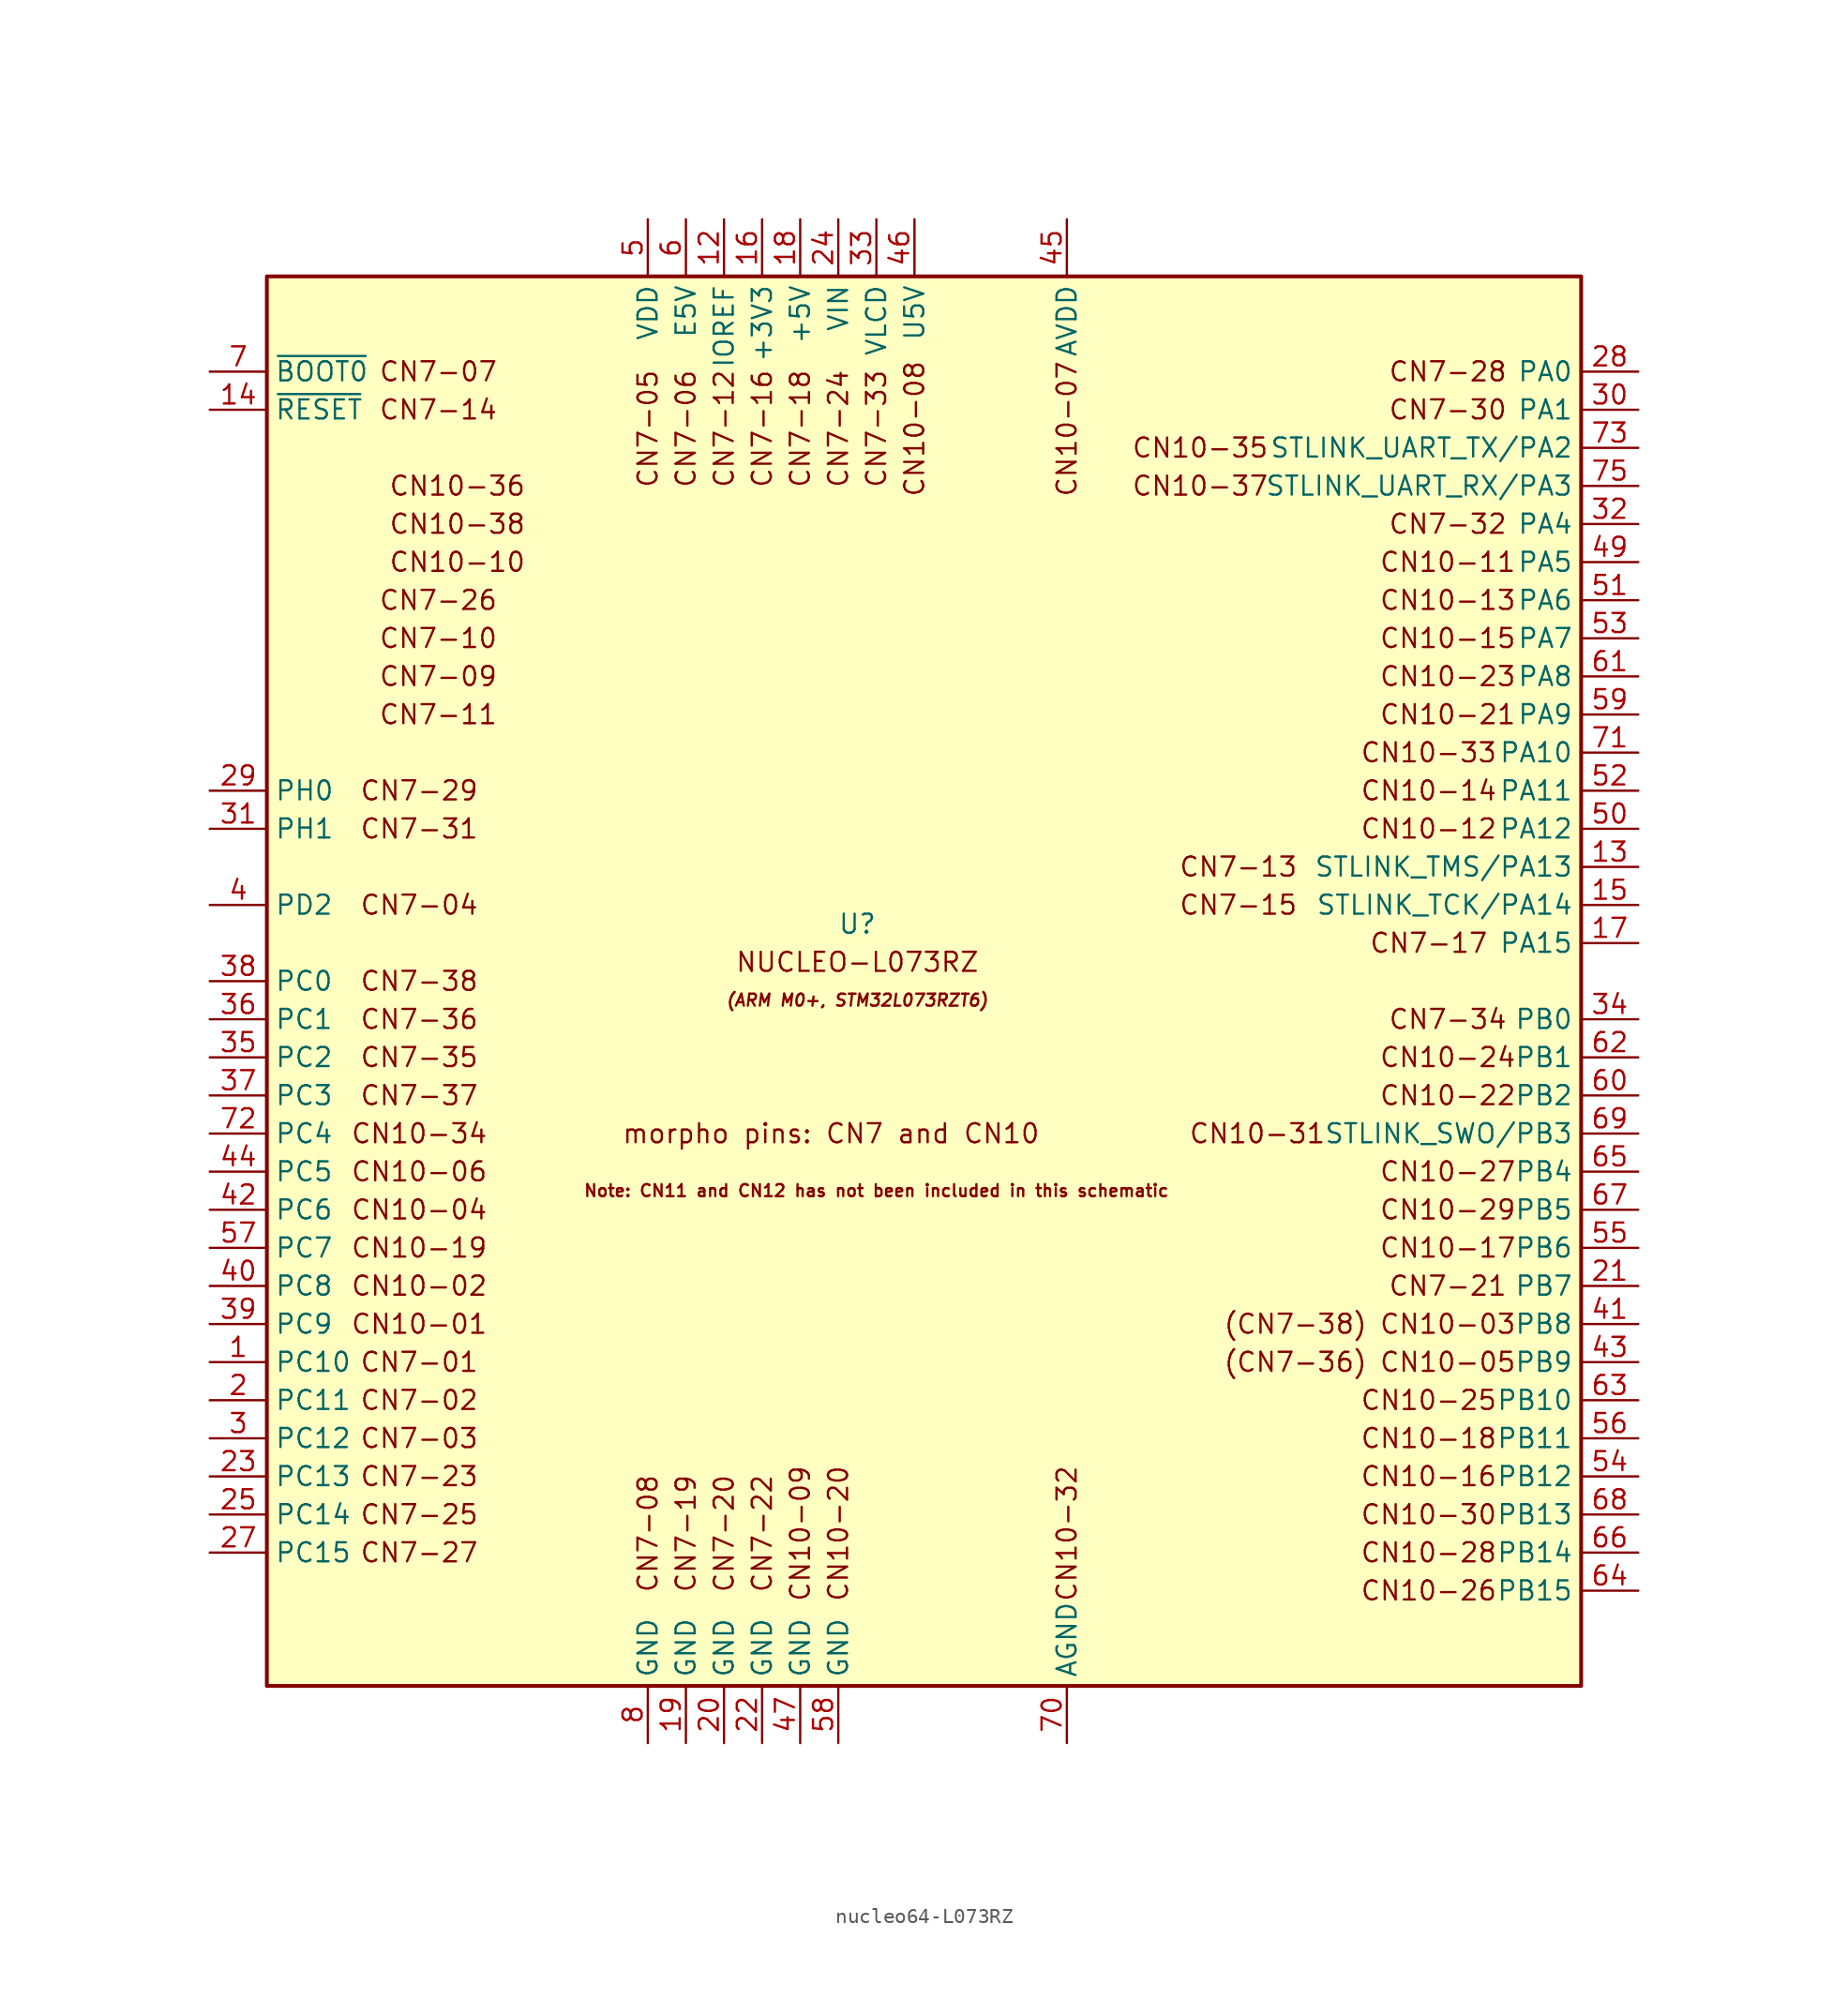
<source format=kicad_sym>
(kicad_symbol_lib
  (version 20220914)
  (generator kicad_symbol_editor)
  (symbol "nucleo64-L073RZ"
    (property "Reference" "U"
      (at 0 0 0)
      (effects (font (size 1.27 1.27))))
    (property "Value" ""
      (at 0 0 0)
      (effects (font (size 1.27 1.27))))
    (symbol "nucleo64-L073RZ_0_1"
      (rectangle (start -39.37 43.18) (end 48.26 -50.8) (stroke (width 0.254) (type default)) (fill (type background))))
    (symbol "nucleo64-L073RZ_1_1"
      (text "(ARM M0+, STM32L073RZT6)" (at 0 -5.08 0) (effects (font (size 0.8 0.8) italic)))
      (text "(CN7-36)" (at 29.21 -29.21 0) (effects (font (size 1.27 1.27))))
      (text private "CN7-29" (at -29.21 8.89 0) (effects (font (size 1.27 1.27))))
      (text "(CN7-38)" (at 29.21 -26.67 0) (effects (font (size 1.27 1.27))))
      (text "CN10-01" (at -29.21 -26.67 0) (effects (font (size 1.27 1.27))))
      (text "CN10-02" (at -29.21 -24.13 0) (effects (font (size 1.27 1.27))))
      (text "CN10-03" (at 39.37 -26.67 0) (effects (font (size 1.27 1.27))))
      (text "CN10-04" (at -29.21 -19.05 0) (effects (font (size 1.27 1.27))))
      (text "CN10-05" (at 39.37 -29.21 0) (effects (font (size 1.27 1.27))))
      (text "CN10-06" (at -29.21 -16.51 0) (effects (font (size 1.27 1.27))))
      (text "CN10-07" (at 13.97 33.02 900) (effects (font (size 1.27 1.27))))
      (text "CN10-08" (at 3.81 33.02 900) (effects (font (size 1.27 1.27))))
      (text "CN10-09" (at -3.81 -40.64 900) (effects (font (size 1.27 1.27))))
      (text "CN10-10" (at -26.67 24.13 0) (effects (font (size 1.27 1.27))))
      (text "CN10-11" (at 39.37 24.13 0) (effects (font (size 1.27 1.27))))
      (text "CN10-12" (at 38.1 6.35 0) (effects (font (size 1.27 1.27))))
      (text "CN10-13" (at 39.37 21.59 0) (effects (font (size 1.27 1.27))))
      (text "CN10-14" (at 38.1 8.89 0) (effects (font (size 1.27 1.27))))
      (text "CN10-15" (at 39.37 19.05 0) (effects (font (size 1.27 1.27))))
      (text "CN10-16" (at 38.1 -36.83 0) (effects (font (size 1.27 1.27))))
      (text "CN10-17" (at 39.37 -21.59 0) (effects (font (size 1.27 1.27))))
      (text "CN10-18" (at 38.1 -34.29 0) (effects (font (size 1.27 1.27))))
      (text "CN10-19" (at -29.21 -21.59 0) (effects (font (size 1.27 1.27))))
      (text "CN10-20" (at -1.27 -40.64 900) (effects (font (size 1.27 1.27))))
      (text "CN10-21" (at 39.37 13.97 0) (effects (font (size 1.27 1.27))))
      (text "CN10-22" (at 39.37 -11.43 0) (effects (font (size 1.27 1.27))))
      (text "CN10-23" (at 39.37 16.51 0) (effects (font (size 1.27 1.27))))
      (text "CN10-24" (at 39.37 -8.89 0) (effects (font (size 1.27 1.27))))
      (text "CN10-25" (at 38.1 -31.75 0) (effects (font (size 1.27 1.27))))
      (text "CN10-26" (at 38.1 -44.45 0) (effects (font (size 1.27 1.27))))
      (text "CN10-27" (at 39.37 -16.51 0) (effects (font (size 1.27 1.27))))
      (text "CN10-28" (at 38.1 -41.91 0) (effects (font (size 1.27 1.27))))
      (text "CN10-29" (at 39.37 -19.05 0) (effects (font (size 1.27 1.27))))
      (text "CN10-30" (at 38.1 -39.37 0) (effects (font (size 1.27 1.27))))
      (text "CN10-31" (at 26.67 -13.97 0) (effects (font (size 1.27 1.27))))
      (text "CN10-32" (at 13.97 -40.64 900) (effects (font (size 1.27 1.27))))
      (text "CN10-33" (at 38.1 11.43 0) (effects (font (size 1.27 1.27))))
      (text "CN10-34" (at -29.21 -13.97 0) (effects (font (size 1.27 1.27))))
      (text "CN10-35" (at 22.86 31.75 0) (effects (font (size 1.27 1.27))))
      (text "CN10-36" (at -26.67 29.21 0) (effects (font (size 1.27 1.27))))
      (text "CN10-37" (at 22.86 29.21 0) (effects (font (size 1.27 1.27))))
      (text "CN10-38" (at -26.67 26.67 0) (effects (font (size 1.27 1.27))))
      (text "CN7-01" (at -29.21 -29.21 0) (effects (font (size 1.27 1.27))))
      (text "CN7-02" (at -29.21 -31.75 0) (effects (font (size 1.27 1.27))))
      (text "CN7-03" (at -29.21 -34.29 0) (effects (font (size 1.27 1.27))))
      (text "CN7-04" (at -29.21 1.27 0) (effects (font (size 1.27 1.27))))
      (text "CN7-05" (at -13.97 33.02 900) (effects (font (size 1.27 1.27))))
      (text "CN7-06" (at -11.43 33.02 900) (effects (font (size 1.27 1.27))))
      (text "CN7-07" (at -27.94 36.83 0) (effects (font (size 1.27 1.27))))
      (text "CN7-08" (at -13.97 -40.64 900) (effects (font (size 1.27 1.27))))
      (text "CN7-09" (at -27.94 16.51 0) (effects (font (size 1.27 1.27))))
      (text "CN7-10" (at -27.94 19.05 0) (effects (font (size 1.27 1.27))))
      (text "CN7-11" (at -27.94 13.97 0) (effects (font (size 1.27 1.27))))
      (text "CN7-12" (at -8.89 33.02 900) (effects (font (size 1.27 1.27))))
      (text "CN7-13" (at 25.4 3.81 0) (effects (font (size 1.27 1.27))))
      (text "CN7-14" (at -27.94 34.29 0) (effects (font (size 1.27 1.27))))
      (text "CN7-15" (at 25.4 1.27 0) (effects (font (size 1.27 1.27))))
      (text "CN7-16" (at -6.35 33.02 900) (effects (font (size 1.27 1.27))))
      (text "CN7-17" (at 38.1 -1.27 0) (effects (font (size 1.27 1.27))))
      (text "CN7-18" (at -3.81 33.02 900) (effects (font (size 1.27 1.27))))
      (text "CN7-19" (at -11.43 -40.64 900) (effects (font (size 1.27 1.27))))
      (text "CN7-20" (at -8.89 -40.64 900) (effects (font (size 1.27 1.27))))
      (text "CN7-21" (at 39.37 -24.13 0) (effects (font (size 1.27 1.27))))
      (text "CN7-22" (at -6.35 -40.64 900) (effects (font (size 1.27 1.27))))
      (text "CN7-23" (at -29.21 -36.83 0) (effects (font (size 1.27 1.27))))
      (text "CN7-24" (at -1.27 33.02 900) (effects (font (size 1.27 1.27))))
      (text "CN7-25" (at -29.21 -39.37 0) (effects (font (size 1.27 1.27))))
      (text "CN7-26" (at -27.94 21.59 0) (effects (font (size 1.27 1.27))))
      (text "CN7-27" (at -29.21 -41.91 0) (effects (font (size 1.27 1.27))))
      (text "CN7-28" (at 39.37 36.83 0) (effects (font (size 1.27 1.27))))
      (text "CN7-29" (at -29.21 8.89 0) (effects (font (size 1.27 1.27))))
      (text "CN7-30" (at 39.37 34.29 0) (effects (font (size 1.27 1.27))))
      (text "CN7-31" (at -29.21 6.35 0) (effects (font (size 1.27 1.27))))
      (text "CN7-32" (at 39.37 26.67 0) (effects (font (size 1.27 1.27))))
      (text "CN7-33" (at 1.27 33.02 900) (effects (font (size 1.27 1.27))))
      (text "CN7-34" (at 39.37 -6.35 0) (effects (font (size 1.27 1.27))))
      (text "CN7-35" (at -29.21 -8.89 0) (effects (font (size 1.27 1.27))))
      (text "CN7-36" (at -29.21 -6.35 0) (effects (font (size 1.27 1.27))))
      (text "CN7-37" (at -29.21 -11.43 0) (effects (font (size 1.27 1.27))))
      (text "CN7-38" (at -29.21 -3.81 0) (effects (font (size 1.27 1.27))))
      (text "morpho pins: CN7 and CN10 " (at -1.27 -13.97 0) (effects (font (size 1.27 1.27))))
      (text "Note: CN11 and CN12 has not been included in this schematic" (at 1.27 -17.78 0) (effects (font (size 0.8 0.8))))
      (text "NUCLEO-L073RZ" (at 0 -2.54 0) (effects (font (size 1.27 1.27))))
      (pin bidirectional line (at -43.18 -29.21 0) (length 3.81) (name "PC10" (effects (font (size 1.27 1.27)))) (number "1" (effects (font (size 1.27 1.27)))))
      (pin no_connect line (at -39.37 19.05 0) (length 3.81) hide (name "NC" (effects (font (size 1.27 1.27)))) (number "10" (effects (font (size 1.27 1.27)))))
      (pin no_connect line (at -39.37 13.97 0) (length 3.81) hide (name "NC" (effects (font (size 1.27 1.27)))) (number "11" (effects (font (size 1.27 1.27)))))
      (pin power_in line (at -8.89 46.99 270) (length 3.81) (name "IOREF" (effects (font (size 1.27 1.27)))) (number "12" (effects (font (size 1.27 1.27)))))
      (pin bidirectional line (at 52.07 3.81 180) (length 3.81) (name "STLINK_TMS/PA13" (effects (font (size 1.27 1.27)))) (number "13" (effects (font (size 1.27 1.27)))))
      (pin input line (at -43.18 34.29 0) (length 3.81) (name "~{RESET}" (effects (font (size 1.27 1.27)))) (number "14" (effects (font (size 1.27 1.27)))))
      (pin bidirectional line (at 52.07 1.27 180) (length 3.81) (name "STLINK_TCK/PA14" (effects (font (size 1.27 1.27)))) (number "15" (effects (font (size 1.27 1.27)))))
      (pin power_in line (at -6.35 46.99 270) (length 3.81) (name "+3V3" (effects (font (size 1.27 1.27)))) (number "16" (effects (font (size 1.27 1.27)))))
      (pin bidirectional line (at 52.07 -1.27 180) (length 3.81) (name "PA15" (effects (font (size 1.27 1.27)))) (number "17" (effects (font (size 1.27 1.27)))))
      (pin power_in line (at -3.81 46.99 270) (length 3.81) (name "+5V" (effects (font (size 1.27 1.27)))) (number "18" (effects (font (size 1.27 1.27)))))
      (pin power_in line (at -11.43 -54.61 90) (length 3.81) (name "GND" (effects (font (size 1.27 1.27)))) (number "19" (effects (font (size 1.27 1.27)))))
      (pin bidirectional line (at -43.18 -31.75 0) (length 3.81) (name "PC11" (effects (font (size 1.27 1.27)))) (number "2" (effects (font (size 1.27 1.27)))))
      (pin power_in line (at -8.89 -54.61 90) (length 3.81) (name "GND" (effects (font (size 1.27 1.27)))) (number "20" (effects (font (size 1.27 1.27)))))
      (pin bidirectional line (at 52.07 -24.13 180) (length 3.81) (name "PB7" (effects (font (size 1.27 1.27)))) (number "21" (effects (font (size 1.27 1.27)))))
      (pin power_in line (at -6.35 -54.61 90) (length 3.81) (name "GND" (effects (font (size 1.27 1.27)))) (number "22" (effects (font (size 1.27 1.27)))))
      (pin bidirectional line (at -43.18 -36.83 0) (length 3.81) (name "PC13" (effects (font (size 1.27 1.27)))) (number "23" (effects (font (size 1.27 1.27)))))
      (pin power_in line (at -1.27 46.99 270) (length 3.81) (name "VIN" (effects (font (size 1.27 1.27)))) (number "24" (effects (font (size 1.27 1.27)))))
      (pin bidirectional line (at -43.18 -39.37 0) (length 3.81) (name "PC14" (effects (font (size 1.27 1.27)))) (number "25" (effects (font (size 1.27 1.27)))))
      (pin no_connect line (at -39.37 21.59 0) (length 3.81) hide (name "NC" (effects (font (size 1.27 1.27)))) (number "26" (effects (font (size 1.27 1.27)))))
      (pin bidirectional line (at -43.18 -41.91 0) (length 3.81) (name "PC15" (effects (font (size 1.27 1.27)))) (number "27" (effects (font (size 1.27 1.27)))))
      (pin bidirectional line (at 52.07 36.83 180) (length 3.81) (name "PA0" (effects (font (size 1.27 1.27)))) (number "28" (effects (font (size 1.27 1.27)))))
      (pin bidirectional line (at -43.18 8.89 0) (length 3.81) (name "PH0" (effects (font (size 1.27 1.27)))) (number "29" (effects (font (size 1.27 1.27)))))
      (pin bidirectional line (at -43.18 -34.29 0) (length 3.81) (name "PC12" (effects (font (size 1.27 1.27)))) (number "3" (effects (font (size 1.27 1.27)))))
      (pin bidirectional line (at 52.07 34.29 180) (length 3.81) (name "PA1" (effects (font (size 1.27 1.27)))) (number "30" (effects (font (size 1.27 1.27)))))
      (pin bidirectional line (at -43.18 6.35 0) (length 3.81) (name "PH1" (effects (font (size 1.27 1.27)))) (number "31" (effects (font (size 1.27 1.27)))))
      (pin bidirectional line (at 52.07 26.67 180) (length 3.81) (name "PA4" (effects (font (size 1.27 1.27)))) (number "32" (effects (font (size 1.27 1.27)))))
      (pin power_in line (at 1.27 46.99 270) (length 3.81) (name "VLCD" (effects (font (size 1.27 1.27)))) (number "33" (effects (font (size 1.27 1.27)))))
      (pin bidirectional line (at 52.07 -6.35 180) (length 3.81) (name "PB0" (effects (font (size 1.27 1.27)))) (number "34" (effects (font (size 1.27 1.27)))))
      (pin bidirectional line (at -43.18 -8.89 0) (length 3.81) (name "PC2" (effects (font (size 1.27 1.27)))) (number "35" (effects (font (size 1.27 1.27)))))
      (pin bidirectional line (at -43.18 -6.35 0) (length 3.81) (name "PC1" (effects (font (size 1.27 1.27)))) (number "36" (effects (font (size 1.27 1.27)))))
      (pin bidirectional line (at -43.18 -11.43 0) (length 3.81) (name "PC3" (effects (font (size 1.27 1.27)))) (number "37" (effects (font (size 1.27 1.27)))))
      (pin bidirectional line (at -43.18 -3.81 0) (length 3.81) (name "PC0" (effects (font (size 1.27 1.27)))) (number "38" (effects (font (size 1.27 1.27)))))
      (pin bidirectional line (at -43.18 -26.67 0) (length 3.81) (name "PC9" (effects (font (size 1.27 1.27)))) (number "39" (effects (font (size 1.27 1.27)))))
      (pin bidirectional line (at -43.18 1.27 0) (length 3.81) (name "PD2" (effects (font (size 1.27 1.27)))) (number "4" (effects (font (size 1.27 1.27)))))
      (pin bidirectional line (at -43.18 -24.13 0) (length 3.81) (name "PC8" (effects (font (size 1.27 1.27)))) (number "40" (effects (font (size 1.27 1.27)))))
      (pin bidirectional line (at 52.07 -26.67 180) (length 3.81) (name "PB8" (effects (font (size 1.27 1.27)))) (number "41" (effects (font (size 1.27 1.27)))))
      (pin bidirectional line (at -43.18 -19.05 0) (length 3.81) (name "PC6" (effects (font (size 1.27 1.27)))) (number "42" (effects (font (size 1.27 1.27)))))
      (pin bidirectional line (at 52.07 -29.21 180) (length 3.81) (name "PB9" (effects (font (size 1.27 1.27)))) (number "43" (effects (font (size 1.27 1.27)))))
      (pin bidirectional line (at -43.18 -16.51 0) (length 3.81) (name "PC5" (effects (font (size 1.27 1.27)))) (number "44" (effects (font (size 1.27 1.27)))))
      (pin power_in line (at 13.97 46.99 270) (length 3.81) (name "AVDD" (effects (font (size 1.27 1.27)))) (number "45" (effects (font (size 1.27 1.27)))))
      (pin power_in line (at 3.81 46.99 270) (length 3.81) (name "U5V" (effects (font (size 1.27 1.27)))) (number "46" (effects (font (size 1.27 1.27)))))
      (pin power_in line (at -3.81 -54.61 90) (length 3.81) (name "GND" (effects (font (size 1.27 1.27)))) (number "47" (effects (font (size 1.27 1.27)))))
      (pin no_connect line (at -39.37 24.13 0) (length 3.81) hide (name "NC" (effects (font (size 1.27 1.27)))) (number "48" (effects (font (size 1.27 1.27)))))
      (pin bidirectional line (at 52.07 24.13 180) (length 3.81) (name "PA5" (effects (font (size 1.27 1.27)))) (number "49" (effects (font (size 1.27 1.27)))))
      (pin power_in line (at -13.97 46.99 270) (length 3.81) (name "VDD" (effects (font (size 1.27 1.27)))) (number "5" (effects (font (size 1.27 1.27)))))
      (pin bidirectional line (at 52.07 6.35 180) (length 3.81) (name "PA12" (effects (font (size 1.27 1.27)))) (number "50" (effects (font (size 1.27 1.27)))))
      (pin bidirectional line (at 52.07 21.59 180) (length 3.81) (name "PA6" (effects (font (size 1.27 1.27)))) (number "51" (effects (font (size 1.27 1.27)))))
      (pin bidirectional line (at 52.07 8.89 180) (length 3.81) (name "PA11" (effects (font (size 1.27 1.27)))) (number "52" (effects (font (size 1.27 1.27)))))
      (pin bidirectional line (at 52.07 19.05 180) (length 3.81) (name "PA7" (effects (font (size 1.27 1.27)))) (number "53" (effects (font (size 1.27 1.27)))))
      (pin bidirectional line (at 52.07 -36.83 180) (length 3.81) (name "PB12" (effects (font (size 1.27 1.27)))) (number "54" (effects (font (size 1.27 1.27)))))
      (pin bidirectional line (at 52.07 -21.59 180) (length 3.81) (name "PB6" (effects (font (size 1.27 1.27)))) (number "55" (effects (font (size 1.27 1.27)))))
      (pin bidirectional line (at 52.07 -34.29 180) (length 3.81) (name "PB11" (effects (font (size 1.27 1.27)))) (number "56" (effects (font (size 1.27 1.27)))))
      (pin bidirectional line (at -43.18 -21.59 0) (length 3.81) (name "PC7" (effects (font (size 1.27 1.27)))) (number "57" (effects (font (size 1.27 1.27)))))
      (pin power_in line (at -1.27 -54.61 90) (length 3.81) (name "GND" (effects (font (size 1.27 1.27)))) (number "58" (effects (font (size 1.27 1.27)))))
      (pin bidirectional line (at 52.07 13.97 180) (length 3.81) (name "PA9" (effects (font (size 1.27 1.27)))) (number "59" (effects (font (size 1.27 1.27)))))
      (pin power_in line (at -11.43 46.99 270) (length 3.81) (name "E5V" (effects (font (size 1.27 1.27)))) (number "6" (effects (font (size 1.27 1.27)))))
      (pin bidirectional line (at 52.07 -11.43 180) (length 3.81) (name "PB2" (effects (font (size 1.27 1.27)))) (number "60" (effects (font (size 1.27 1.27)))))
      (pin bidirectional line (at 52.07 16.51 180) (length 3.81) (name "PA8" (effects (font (size 1.27 1.27)))) (number "61" (effects (font (size 1.27 1.27)))))
      (pin bidirectional line (at 52.07 -8.89 180) (length 3.81) (name "PB1" (effects (font (size 1.27 1.27)))) (number "62" (effects (font (size 1.27 1.27)))))
      (pin bidirectional line (at 52.07 -31.75 180) (length 3.81) (name "PB10" (effects (font (size 1.27 1.27)))) (number "63" (effects (font (size 1.27 1.27)))))
      (pin bidirectional line (at 52.07 -44.45 180) (length 3.81) (name "PB15" (effects (font (size 1.27 1.27)))) (number "64" (effects (font (size 1.27 1.27)))))
      (pin bidirectional line (at 52.07 -16.51 180) (length 3.81) (name "PB4" (effects (font (size 1.27 1.27)))) (number "65" (effects (font (size 1.27 1.27)))))
      (pin bidirectional line (at 52.07 -41.91 180) (length 3.81) (name "PB14" (effects (font (size 1.27 1.27)))) (number "66" (effects (font (size 1.27 1.27)))))
      (pin bidirectional line (at 52.07 -19.05 180) (length 3.81) (name "PB5" (effects (font (size 1.27 1.27)))) (number "67" (effects (font (size 1.27 1.27)))))
      (pin bidirectional line (at 52.07 -39.37 180) (length 3.81) (name "PB13" (effects (font (size 1.27 1.27)))) (number "68" (effects (font (size 1.27 1.27)))))
      (pin bidirectional line (at 52.07 -13.97 180) (length 3.81) (name "STLINK_SWO/PB3" (effects (font (size 1.27 1.27)))) (number "69" (effects (font (size 1.27 1.27)))))
      (pin input line (at -43.18 36.83 0) (length 3.81) (name "~{BOOT0}" (effects (font (size 1.27 1.27)))) (number "7" (effects (font (size 1.27 1.27)))))
      (pin power_in line (at 13.97 -54.61 90) (length 3.81) (name "AGND" (effects (font (size 1.27 1.27)))) (number "70" (effects (font (size 1.27 1.27)))))
      (pin bidirectional line (at 52.07 11.43 180) (length 3.81) (name "PA10" (effects (font (size 1.27 1.27)))) (number "71" (effects (font (size 1.27 1.27)))))
      (pin bidirectional line (at -43.18 -13.97 0) (length 3.81) (name "PC4" (effects (font (size 1.27 1.27)))) (number "72" (effects (font (size 1.27 1.27)))))
      (pin bidirectional line (at 52.07 31.75 180) (length 3.81) (name "STLINK_UART_TX/PA2" (effects (font (size 1.27 1.27)))) (number "73" (effects (font (size 1.27 1.27)))))
      (pin no_connect line (at -39.37 29.21 0) (length 3.81) hide (name "NC" (effects (font (size 1.27 1.27)))) (number "74" (effects (font (size 1.27 1.27)))))
      (pin bidirectional line (at 52.07 29.21 180) (length 3.81) (name "STLINK_UART_RX/PA3" (effects (font (size 1.27 1.27)))) (number "75" (effects (font (size 1.27 1.27)))))
      (pin no_connect line (at -39.37 26.67 0) (length 3.81) hide (name "NC" (effects (font (size 1.27 1.27)))) (number "76" (effects (font (size 1.27 1.27)))))
      (pin power_in line (at -13.97 -54.61 90) (length 3.81) (name "GND" (effects (font (size 1.27 1.27)))) (number "8" (effects (font (size 1.27 1.27)))))
      (pin no_connect line (at -39.37 16.51 0) (length 3.81) hide (name "NC" (effects (font (size 1.27 1.27)))) (number "9" (effects (font (size 1.27 1.27))))))))
</source>
